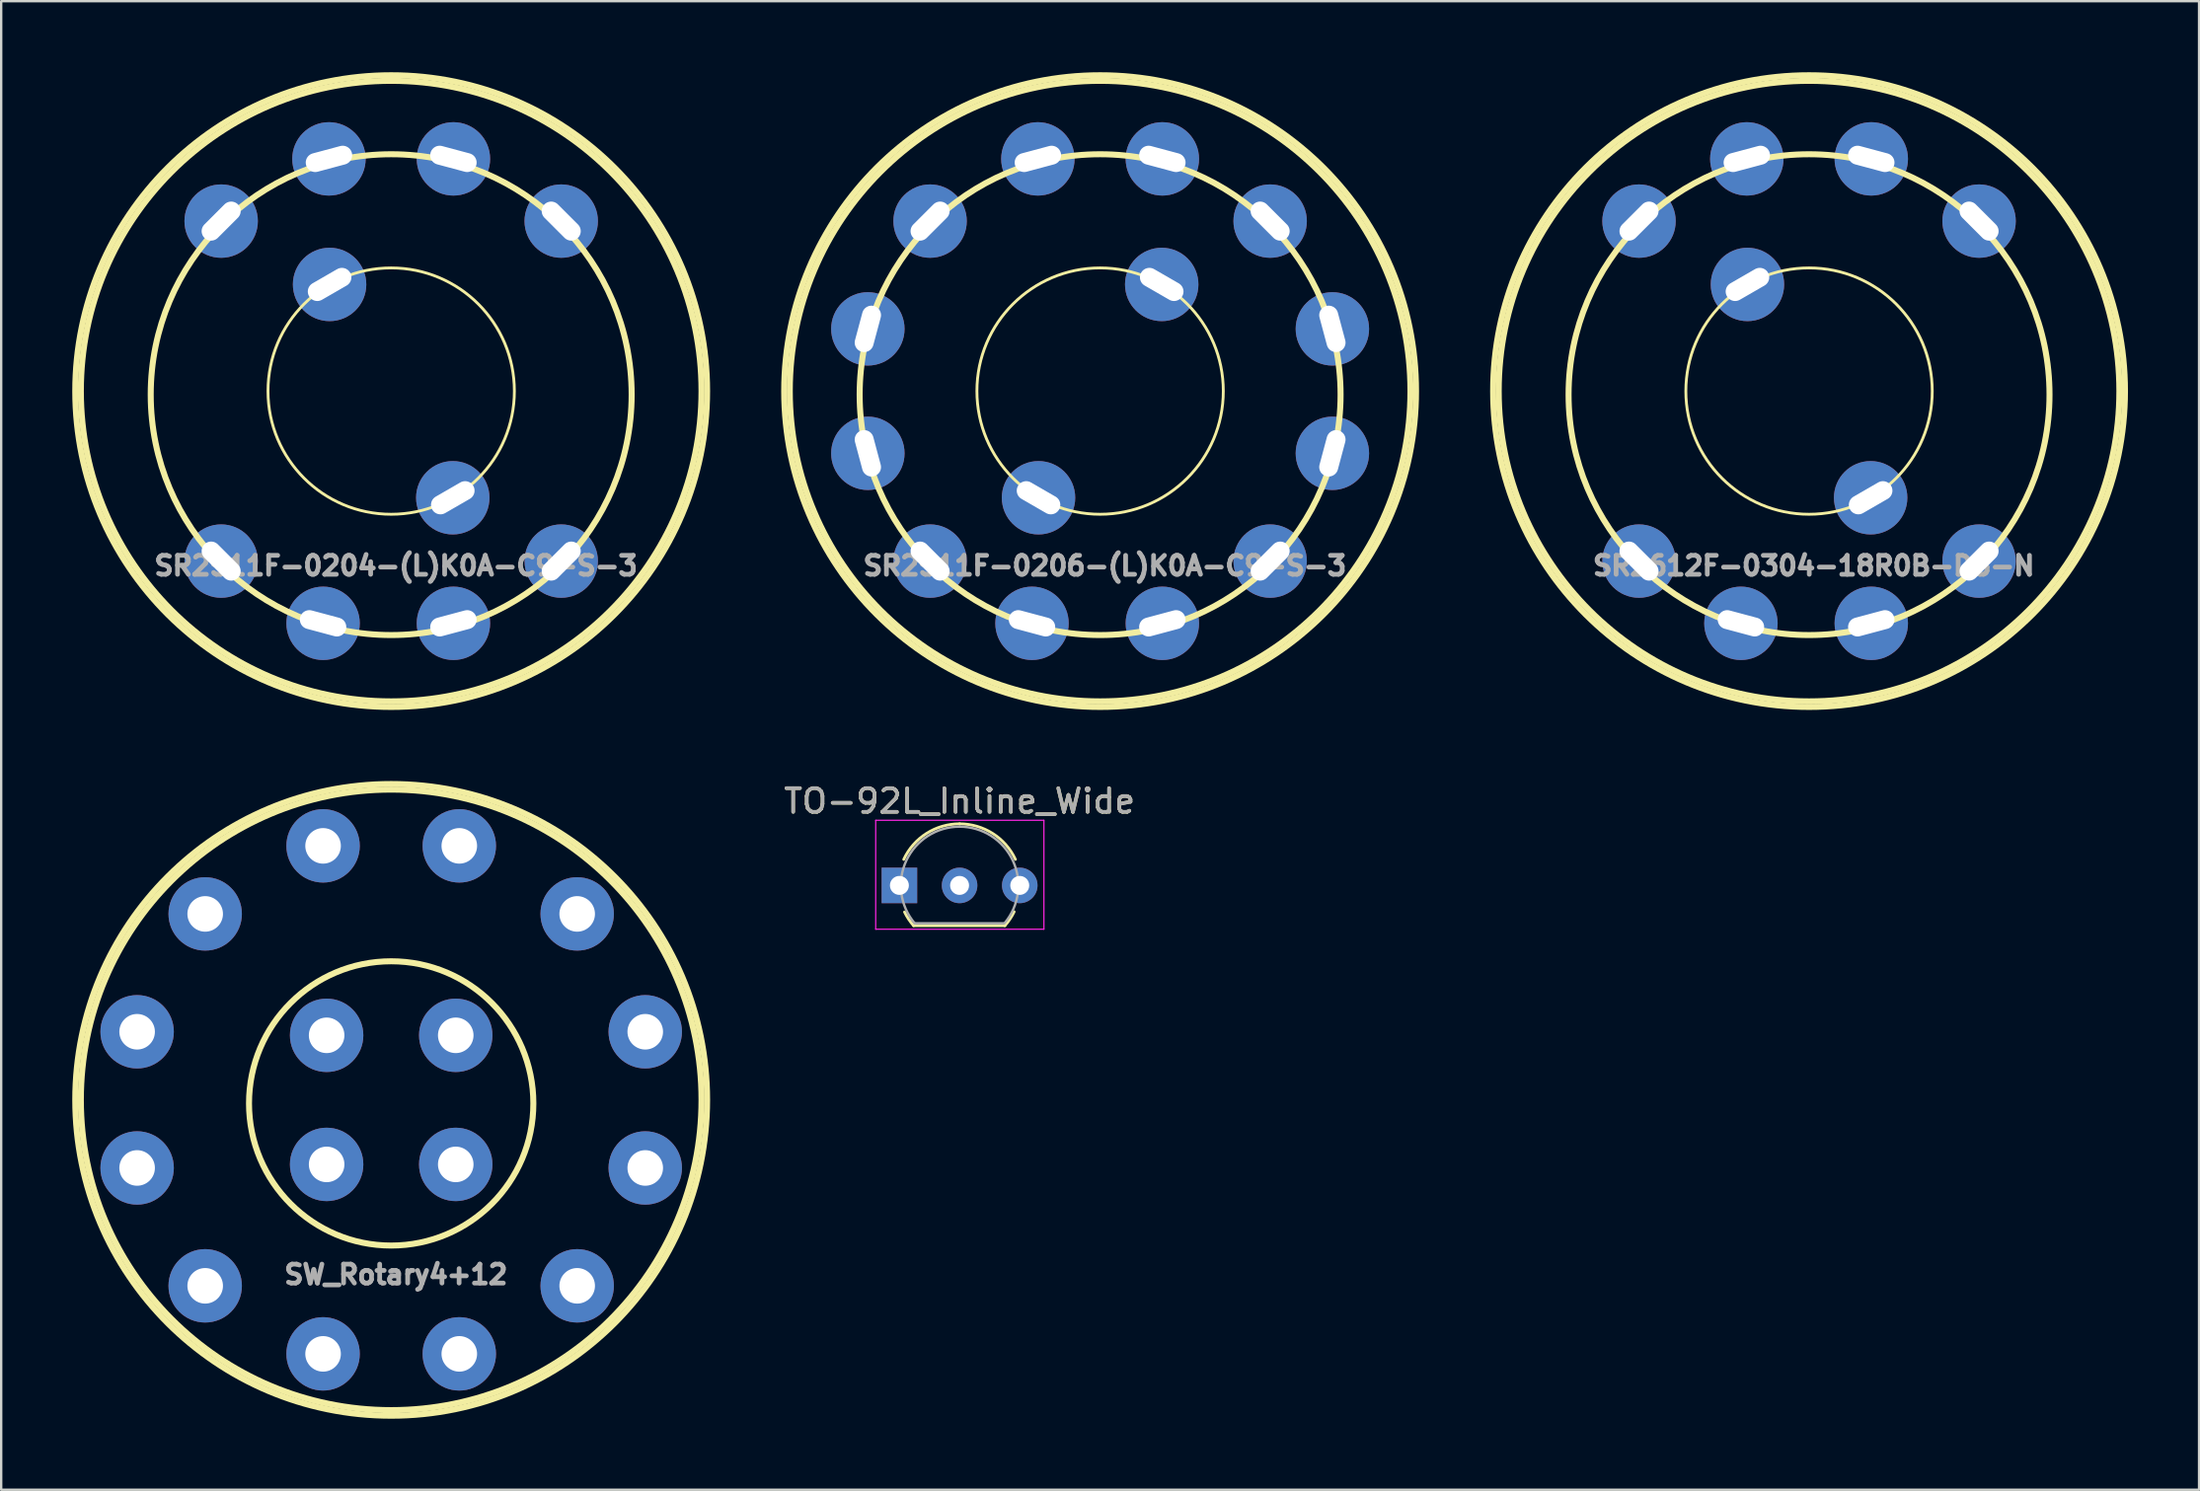
<source format=kicad_pcb>
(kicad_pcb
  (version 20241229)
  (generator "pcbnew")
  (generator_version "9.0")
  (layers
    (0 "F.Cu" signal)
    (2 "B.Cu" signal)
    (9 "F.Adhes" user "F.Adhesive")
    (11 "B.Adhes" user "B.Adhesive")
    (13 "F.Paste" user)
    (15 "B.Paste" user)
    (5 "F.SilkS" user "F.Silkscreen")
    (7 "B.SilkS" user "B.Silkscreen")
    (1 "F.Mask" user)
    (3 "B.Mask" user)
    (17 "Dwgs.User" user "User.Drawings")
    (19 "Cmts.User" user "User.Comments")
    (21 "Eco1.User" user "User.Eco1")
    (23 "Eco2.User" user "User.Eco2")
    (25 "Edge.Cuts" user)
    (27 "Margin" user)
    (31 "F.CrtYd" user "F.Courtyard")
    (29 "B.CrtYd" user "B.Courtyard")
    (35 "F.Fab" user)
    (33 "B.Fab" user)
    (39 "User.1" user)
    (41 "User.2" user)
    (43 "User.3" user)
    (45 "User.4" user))
  (footprint "SR2511F-0206-(L)K0A-C9-S-3"
    (layer "F.Cu")
    (at 43.386 13.462)
    (property "Reference" "SR2511F-0206-(L)K0A-C9-S-3" (at 0.2 7.375 0) (layer "F.Fab") (effects (font (size 0.8 0.8) (thickness 0.2))))
    (attr through_hole)
    (fp_circle (center 0 0) (end 5.2 0) (stroke (width 0.12) (type solid)) (fill no) (layer "F.SilkS"))
    (fp_circle (center 0 0) (end 13.099 0) (stroke (width 0.254) (type solid)) (fill no) (layer "F.SilkS"))
    (fp_circle (center 0 0) (end 13.335 0) (stroke (width 0.254) (type solid)) (fill no) (layer "F.SilkS"))
    (fp_circle (center 0 0.15) (end 10.15 0.15) (stroke (width 0.254) (type solid)) (fill no) (layer "F.SilkS"))
    (pad "1" thru_hole circle (at -7.177 -7.177 45) (size 3.099 3.099) (drill oval 2 0.8) (layers "*.Cu" "*.Mask"))
    (pad "2" thru_hole circle (at -2.627 -9.804 15) (size 3.099 3.099) (drill oval 2 0.8) (layers "*.Cu" "*.Mask"))
    (pad "3" thru_hole circle (at 2.627 -9.804 345) (size 3.099 3.099) (drill oval 2 0.8) (layers "*.Cu" "*.Mask"))
    (pad "4" thru_hole circle (at 7.177 -7.177 315) (size 3.099 3.099) (drill oval 2 0.8) (layers "*.Cu" "*.Mask"))
    (pad "5" thru_hole circle (at 9.804 -2.627 285) (size 3.099 3.099) (drill oval 2 0.8) (layers "*.Cu" "*.Mask"))
    (pad "6" thru_hole circle (at 9.804 2.627 75) (size 3.099 3.099) (drill oval 2 0.8) (layers "*.Cu" "*.Mask"))
    (pad "7" thru_hole circle (at 7.177 7.177 45) (size 3.099 3.099) (drill oval 2 0.8) (layers "*.Cu" "*.Mask"))
    (pad "8" thru_hole circle (at 2.627 9.804 15) (size 3.099 3.099) (drill oval 2 0.8) (layers "*.Cu" "*.Mask"))
    (pad "9" thru_hole circle (at -2.875 9.804 345) (size 3.099 3.099) (drill oval 2 0.8) (layers "*.Cu" "*.Mask"))
    (pad "10" thru_hole circle (at -7.177 7.177 315) (size 3.099 3.099) (drill oval 2 0.8) (layers "*.Cu" "*.Mask"))
    (pad "11" thru_hole circle (at -9.804 2.627 285) (size 3.099 3.099) (drill oval 2 0.8) (layers "*.Cu" "*.Mask"))
    (pad "12" thru_hole circle (at -9.804 -2.627 75) (size 3.099 3.099) (drill oval 2 0.8) (layers "*.Cu" "*.Mask"))
    (pad "13" thru_hole circle (at 2.6 -4.503 330) (size 3.099 3.099) (drill oval 2 0.8) (layers "*.Cu" "*.Mask"))
    (pad "14" thru_hole circle (at -2.6 4.503 330) (size 3.099 3.099) (drill oval 2 0.8) (layers "*.Cu" "*.Mask")))
  (footprint "SR2511F-0204-(L)K0A-C9-S-3"
    (layer "F.Cu")
    (at 13.462 13.462)
    (property "Reference" "SR2511F-0204-(L)K0A-C9-S-3" (at 0.2 7.375 0) (layer "F.Fab") (effects (font (size 0.8 0.8) (thickness 0.2))))
    (attr through_hole)
    (fp_circle (center 0 0) (end 5.2 0) (stroke (width 0.12) (type solid)) (fill no) (layer "F.SilkS"))
    (fp_circle (center 0 0) (end 13.099 0) (stroke (width 0.254) (type solid)) (fill no) (layer "F.SilkS"))
    (fp_circle (center 0 0) (end 13.335 0) (stroke (width 0.254) (type solid)) (fill no) (layer "F.SilkS"))
    (fp_circle (center 0 0.15) (end 10.15 0.15) (stroke (width 0.254) (type solid)) (fill no) (layer "F.SilkS"))
    (pad "1" thru_hole circle (at -7.177 -7.177 45) (size 3.099 3.099) (drill oval 2 0.8) (layers "*.Cu" "*.Mask"))
    (pad "2" thru_hole circle (at -2.627 -9.804 15) (size 3.099 3.099) (drill oval 2 0.8) (layers "*.Cu" "*.Mask"))
    (pad "3" thru_hole circle (at 2.627 -9.804 345) (size 3.099 3.099) (drill oval 2 0.8) (layers "*.Cu" "*.Mask"))
    (pad "4" thru_hole circle (at 7.177 -7.177 315) (size 3.099 3.099) (drill oval 2 0.8) (layers "*.Cu" "*.Mask"))
    (pad "5" thru_hole circle (at 7.177 7.177 45) (size 3.099 3.099) (drill oval 2 0.8) (layers "*.Cu" "*.Mask"))
    (pad "6" thru_hole circle (at 2.627 9.804 15) (size 3.099 3.099) (drill oval 2 0.8) (layers "*.Cu" "*.Mask"))
    (pad "7" thru_hole circle (at -2.875 9.804 345) (size 3.099 3.099) (drill oval 2 0.8) (layers "*.Cu" "*.Mask"))
    (pad "8" thru_hole circle (at -7.177 7.177 315) (size 3.099 3.099) (drill oval 2 0.8) (layers "*.Cu" "*.Mask"))
    (pad "13" thru_hole circle (at -2.6 -4.503 30) (size 3.099 3.099) (drill oval 2 0.8) (layers "*.Cu" "*.Mask"))
    (pad "14" thru_hole circle (at 2.6 4.503 30) (size 3.099 3.099) (drill oval 2 0.8) (layers "*.Cu" "*.Mask")))
  (footprint "SR2612F-0304-18R0B-D8-N"
    (layer "F.Cu")
    (at 73.31 13.462)
    (property "Reference" "SR2612F-0304-18R0B-D8-N" (at 0.2 7.375 0) (layer "F.Fab") (effects (font (size 0.8 0.8) (thickness 0.2))))
    (attr through_hole)
    (fp_circle (center 0 0) (end 5.2 0) (stroke (width 0.12) (type solid)) (fill no) (layer "F.SilkS"))
    (fp_circle (center 0 0) (end 13.099 0) (stroke (width 0.254) (type solid)) (fill no) (layer "F.SilkS"))
    (fp_circle (center 0 0) (end 13.335 0) (stroke (width 0.254) (type solid)) (fill no) (layer "F.SilkS"))
    (fp_circle (center 0 0.15) (end 10.15 0.15) (stroke (width 0.254) (type solid)) (fill no) (layer "F.SilkS"))
    (pad "1" thru_hole circle (at -7.177 -7.177 45) (size 3.099 3.099) (drill oval 2 0.8) (layers "*.Cu" "*.Mask"))
    (pad "2" thru_hole circle (at -2.627 -9.804 15) (size 3.099 3.099) (drill oval 2 0.8) (layers "*.Cu" "*.Mask"))
    (pad "3" thru_hole circle (at 2.627 -9.804 345) (size 3.099 3.099) (drill oval 2 0.8) (layers "*.Cu" "*.Mask"))
    (pad "4" thru_hole circle (at 7.177 -7.177 315) (size 3.099 3.099) (drill oval 2 0.8) (layers "*.Cu" "*.Mask"))
    (pad "5" thru_hole circle (at 7.177 7.177 45) (size 3.099 3.099) (drill oval 2 0.8) (layers "*.Cu" "*.Mask"))
    (pad "6" thru_hole circle (at 2.627 9.804 15) (size 3.099 3.099) (drill oval 2 0.8) (layers "*.Cu" "*.Mask"))
    (pad "7" thru_hole circle (at -2.875 9.804 345) (size 3.099 3.099) (drill oval 2 0.8) (layers "*.Cu" "*.Mask"))
    (pad "8" thru_hole circle (at -7.177 7.177 315) (size 3.099 3.099) (drill oval 2 0.8) (layers "*.Cu" "*.Mask"))
    (pad "13" thru_hole circle (at -2.6 -4.503 30) (size 3.099 3.099) (drill oval 2 0.8) (layers "*.Cu" "*.Mask"))
    (pad "14" thru_hole circle (at 2.6 4.503 30) (size 3.099 3.099) (drill oval 2 0.8) (layers "*.Cu" "*.Mask")))
  (footprint "TO-92L_Inline_Wide"
    (layer "F.Cu")
    (at 34.914 34.332)
    (property "Reference" "TO-92L_Inline_Wide" (at 2.54 -3.56 180) (layer "F.SilkS") (effects (font (size 1 1) (thickness 0.15))))
    (attr through_hole)
    (fp_line (start 0.6 1.7) (end 4.45 1.7) (stroke (width 0.12) (type solid)) (layer "F.SilkS"))
    (fp_arc (start 0.1836 -1.098807) (mid 1.143021 -2.192817) (end 2.54 -2.6) (stroke (width 0.12) (type solid)) (layer "F.SilkS"))
    (fp_arc (start 0.6 1.7) (mid 0.389183 1.423933) (end 0.217369 1.122045) (stroke (width 0.12) (type solid)) (layer "F.SilkS"))
    (fp_arc (start 2.54 -2.6) (mid 3.936979 -2.192818) (end 4.8964 -1.098807) (stroke (width 0.12) (type solid)) (layer "F.SilkS"))
    (fp_arc (start 4.842383 1.112264) (mid 4.666594 1.419753) (end 4.45 1.7) (stroke (width 0.12) (type solid)) (layer "F.SilkS"))
    (fp_line (start -1 -2.75) (end -1 1.85) (stroke (width 0.05) (type solid)) (layer "F.CrtYd"))
    (fp_line (start -1 -2.75) (end 6.1 -2.75) (stroke (width 0.05) (type solid)) (layer "F.CrtYd"))
    (fp_line (start 6.1 1.85) (end -1 1.85) (stroke (width 0.05) (type solid)) (layer "F.CrtYd"))
    (fp_line (start 6.1 1.85) (end 6.1 -2.75) (stroke (width 0.05) (type solid)) (layer "F.CrtYd"))
    (fp_line (start 0.65 1.6) (end 4.4 1.6) (stroke (width 0.1) (type solid)) (layer "F.Fab"))
    (fp_arc (start 0.647182 1.602385) (mid 0.290076 -1.043188) (end 2.54 -2.48) (stroke (width 0.1) (type solid)) (layer "F.Fab"))
    (fp_arc (start 2.54 -2.48) (mid 4.787211 -1.049019) (end 4.441103 1.592547) (stroke (width 0.1) (type solid)) (layer "F.Fab"))
    (fp_text user "${REFERENCE}" (at 2.54 -3.56 180) (layer "F.Fab") (effects (font (size 1 1) (thickness 0.15))))
    (pad "1" thru_hole rect (at 0 0 90) (size 1.5 1.5) (drill 0.8) (layers "*.Cu" "*.Mask"))
    (pad "2" thru_hole circle (at 2.54 0 90) (size 1.5 1.5) (drill 0.8) (layers "*.Cu" "*.Mask"))
    (pad "3" thru_hole circle (at 5.08 0 90) (size 1.5 1.5) (drill 0.8) (layers "*.Cu" "*.Mask")))
  (footprint "SW_Rotary4+12"
    (layer "F.Cu")
    (at 13.462 43.386)
    (property "Reference" "SW_Rotary4+12" (at 0.2 7.375 0) (layer "F.Fab") (effects (font (size 0.8 0.8) (thickness 0.2))))
    (attr through_hole)
    (fp_circle (center 0 0) (end 13.099 0) (stroke (width 0.254) (type solid)) (fill no) (layer "F.SilkS"))
    (fp_circle (center 0 0) (end 13.335 0) (stroke (width 0.254) (type solid)) (fill no) (layer "F.SilkS"))
    (fp_circle (center 0 0.15) (end 6.001 0.15) (stroke (width 0.254) (type solid)) (fill no) (layer "F.SilkS"))
    (pad "1" thru_hole circle (at -2.875 10.724) (size 3.099 3.099) (drill 1.501) (layers "*.Cu" "*.Mask"))
    (pad "2" thru_hole circle (at -7.851 7.851) (size 3.099 3.099) (drill 1.501) (layers "*.Cu" "*.Mask"))
    (pad "3" thru_hole circle (at -10.724 2.875) (size 3.099 3.099) (drill 1.501) (layers "*.Cu" "*.Mask"))
    (pad "4" thru_hole circle (at -10.724 -2.875) (size 3.099 3.099) (drill 1.501) (layers "*.Cu" "*.Mask"))
    (pad "5" thru_hole circle (at -7.851 -7.851) (size 3.099 3.099) (drill 1.501) (layers "*.Cu" "*.Mask"))
    (pad "6" thru_hole circle (at -2.875 -10.724) (size 3.099 3.099) (drill 1.501) (layers "*.Cu" "*.Mask"))
    (pad "7" thru_hole circle (at 2.875 -10.724) (size 3.099 3.099) (drill 1.501) (layers "*.Cu" "*.Mask"))
    (pad "8" thru_hole circle (at 7.851 -7.851) (size 3.099 3.099) (drill 1.501) (layers "*.Cu" "*.Mask"))
    (pad "9" thru_hole circle (at 10.724 -2.875) (size 3.099 3.099) (drill 1.501) (layers "*.Cu" "*.Mask"))
    (pad "10" thru_hole circle (at 10.724 2.875) (size 3.099 3.099) (drill 1.501) (layers "*.Cu" "*.Mask"))
    (pad "11" thru_hole circle (at 7.851 7.851) (size 3.099 3.099) (drill 1.501) (layers "*.Cu" "*.Mask"))
    (pad "12" thru_hole circle (at 2.875 10.724) (size 3.099 3.099) (drill 1.501) (layers "*.Cu" "*.Mask"))
    (pad "13" thru_hole circle (at -2.725 2.725) (size 3.099 3.099) (drill 1.501) (layers "*.Cu" "*.Mask"))
    (pad "14" thru_hole circle (at 2.725 2.725) (size 3.099 3.099) (drill 1.501) (layers "*.Cu" "*.Mask"))
    (pad "15" thru_hole circle (at -2.725 -2.725) (size 3.099 3.099) (drill 1.501) (layers "*.Cu" "*.Mask"))
    (pad "16" thru_hole circle (at 2.725 -2.725) (size 3.099 3.099) (drill 1.501) (layers "*.Cu" "*.Mask")))
  (gr_rect
    (start -3 -3)
    (end 89.772 59.848)
    (stroke (width 0.1) (type default))
    (fill no)
    (layer "Edge.Cuts")))
</source>
